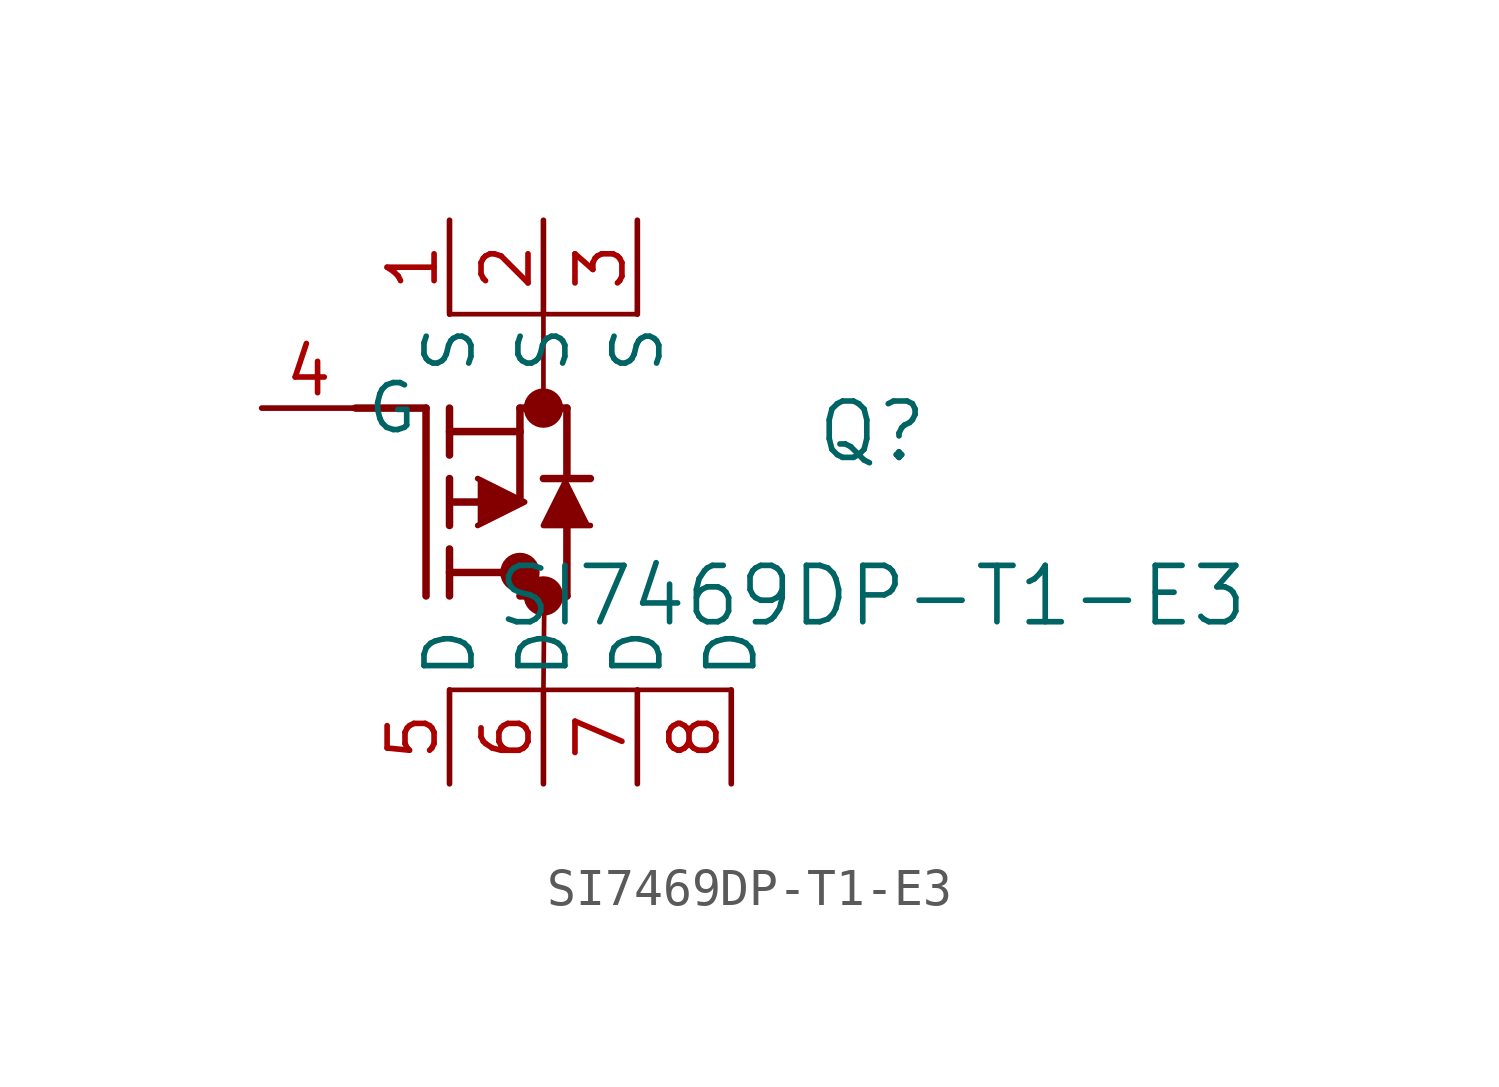
<source format=kicad_sym>
(kicad_symbol_lib
  (version 20211014)
  (generator kicad_symbol_editor)
  (symbol "SI7469DP-T1-E3"
    (pin_names
      (offset 0.254))
    (property "Reference" "Q"
      (at 16.51 -0.635 0)
      (effects (font (size 1.524 1.524))))
    (property "Value" "SI7469DP-T1-E3"
      (at 16.51 -5.08 0)
      (effects (font (size 1.524 1.524))))
    (symbol "SI7469DP-T1-E3_0_1"
      (circle (center 7.62 0) (radius 0.025) (stroke (width 0.508) (type default) (color 0 0 0 0)) (fill (type none)))
      (circle (center 7.62 -5.08) (radius 0.025) (stroke (width 0.508) (type default) (color 0 0 0 0)) (fill (type none)))
      (circle (center 6.985 -4.445) (radius 0.025) (stroke (width 0.508) (type default) (color 0 0 0 0)) (fill (type none)))
      (polyline (pts (xy 2.54 0) (xy 4.445 0)) (stroke (width 0.203) (type default) (color 0 0 0 0)) (fill (type none)))
      (polyline (pts (xy 6.985 -0.635) (xy 6.985 -2.54)) (stroke (width 0.203) (type default) (color 0 0 0 0)) (fill (type none)))
      (polyline (pts (xy 4.445 -5.08) (xy 4.445 0)) (stroke (width 0.203) (type default) (color 0 0 0 0)) (fill (type none)))
      (polyline (pts (xy 5.08 -3.175) (xy 5.08 -1.905)) (stroke (width 0.203) (type default) (color 0 0 0 0)) (fill (type none)))
      (polyline (pts (xy 5.08 -5.08) (xy 5.08 -3.81)) (stroke (width 0.203) (type default) (color 0 0 0 0)) (fill (type none)))
      (polyline (pts (xy 5.08 -1.27) (xy 5.08 0)) (stroke (width 0.203) (type default) (color 0 0 0 0)) (fill (type none)))
      (polyline (pts (xy 5.842 -2.54) (xy 5.207 -2.54)) (stroke (width 0.203) (type default) (color 0 0 0 0)) (fill (type none)))
      (polyline (pts (xy 5.08 -4.445) (xy 6.985 -4.445)) (stroke (width 0.203) (type default) (color 0 0 0 0)) (fill (type none)))
      (polyline (pts (xy 6.985 -5.08) (xy 7.01 -4.445)) (stroke (width 0.127) (type default) (color 0 0 0 0)) (fill (type none)))
      (polyline (pts (xy 6.985 -5.08) (xy 8.255 -5.08)) (stroke (width 0.203) (type default) (color 0 0 0 0)) (fill (type none)))
      (polyline (pts (xy 5.08 -0.635) (xy 6.985 -0.635)) (stroke (width 0.203) (type default) (color 0 0 0 0)) (fill (type none)))
      (polyline (pts (xy 8.255 -1.905) (xy 8.255 0)) (stroke (width 0.203) (type default) (color 0 0 0 0)) (fill (type none)))
      (polyline (pts (xy 5.842 -3.175) (xy 7.112 -2.54) (xy 5.842 -1.905)) (stroke (width 0) (type default) (color 0 0 0 0)) (fill (type outline)))
      (polyline (pts (xy 8.89 -3.175) (xy 7.62 -3.175) (xy 8.255 -1.905)) (stroke (width 0) (type default) (color 0 0 0 0)) (fill (type outline)))
      (polyline (pts (xy 8.255 -5.08) (xy 8.255 -3.175)) (stroke (width 0.203) (type default) (color 0 0 0 0)) (fill (type none)))
      (polyline (pts (xy 8.89 -1.905) (xy 7.62 -1.905)) (stroke (width 0.203) (type default) (color 0 0 0 0)) (fill (type none)))
      (polyline (pts (xy 6.985 0) (xy 8.255 0)) (stroke (width 0.203) (type default) (color 0 0 0 0)) (fill (type none)))
      (polyline (pts (xy 6.985 -0.635) (xy 6.985 0)) (stroke (width 0.203) (type default) (color 0 0 0 0)) (fill (type none)))
      (polyline (pts (xy 5.08 -7.62) (xy 12.7 -7.62)) (stroke (width 0.127) (type default) (color 0 0 0 0)) (fill (type none)))
      (polyline (pts (xy 7.62 -7.62) (xy 7.645 -5.08)) (stroke (width 0.127) (type default) (color 0 0 0 0)) (fill (type none)))
      (polyline (pts (xy 5.08 2.54) (xy 10.16 2.54)) (stroke (width 0.127) (type default) (color 0 0 0 0)) (fill (type none)))
      (polyline (pts (xy 7.62 2.54) (xy 7.62 0)) (stroke (width 0.127) (type default) (color 0 0 0 0)) (fill (type none)))
      (pin unspecified line (at 5.08 5.08 270) (length 2.54) (name "S" (effects (font (size 1.27 1.27)))) (number "1" (effects (font (size 1.27 1.27)))))
      (pin unspecified line (at 7.62 5.08 270) (length 2.54) (name "S" (effects (font (size 1.27 1.27)))) (number "2" (effects (font (size 1.27 1.27)))))
      (pin unspecified line (at 10.16 5.08 270) (length 2.54) (name "S" (effects (font (size 1.27 1.27)))) (number "3" (effects (font (size 1.27 1.27)))))
      (pin unspecified line (at 0 0 0) (length 2.54) (name "G" (effects (font (size 1.27 1.27)))) (number "4" (effects (font (size 1.27 1.27)))))
      (pin unspecified line (at 5.08 -10.16 90) (length 2.54) (name "D" (effects (font (size 1.27 1.27)))) (number "5" (effects (font (size 1.27 1.27)))))
      (pin unspecified line (at 7.62 -10.16 90) (length 2.54) (name "D" (effects (font (size 1.27 1.27)))) (number "6" (effects (font (size 1.27 1.27)))))
      (pin unspecified line (at 10.16 -10.16 90) (length 2.54) (name "D" (effects (font (size 1.27 1.27)))) (number "7" (effects (font (size 1.27 1.27)))))
      (pin unspecified line (at 12.7 -10.16 90) (length 2.54) (name "D" (effects (font (size 1.27 1.27)))) (number "8" (effects (font (size 1.27 1.27))))))))
</source>
